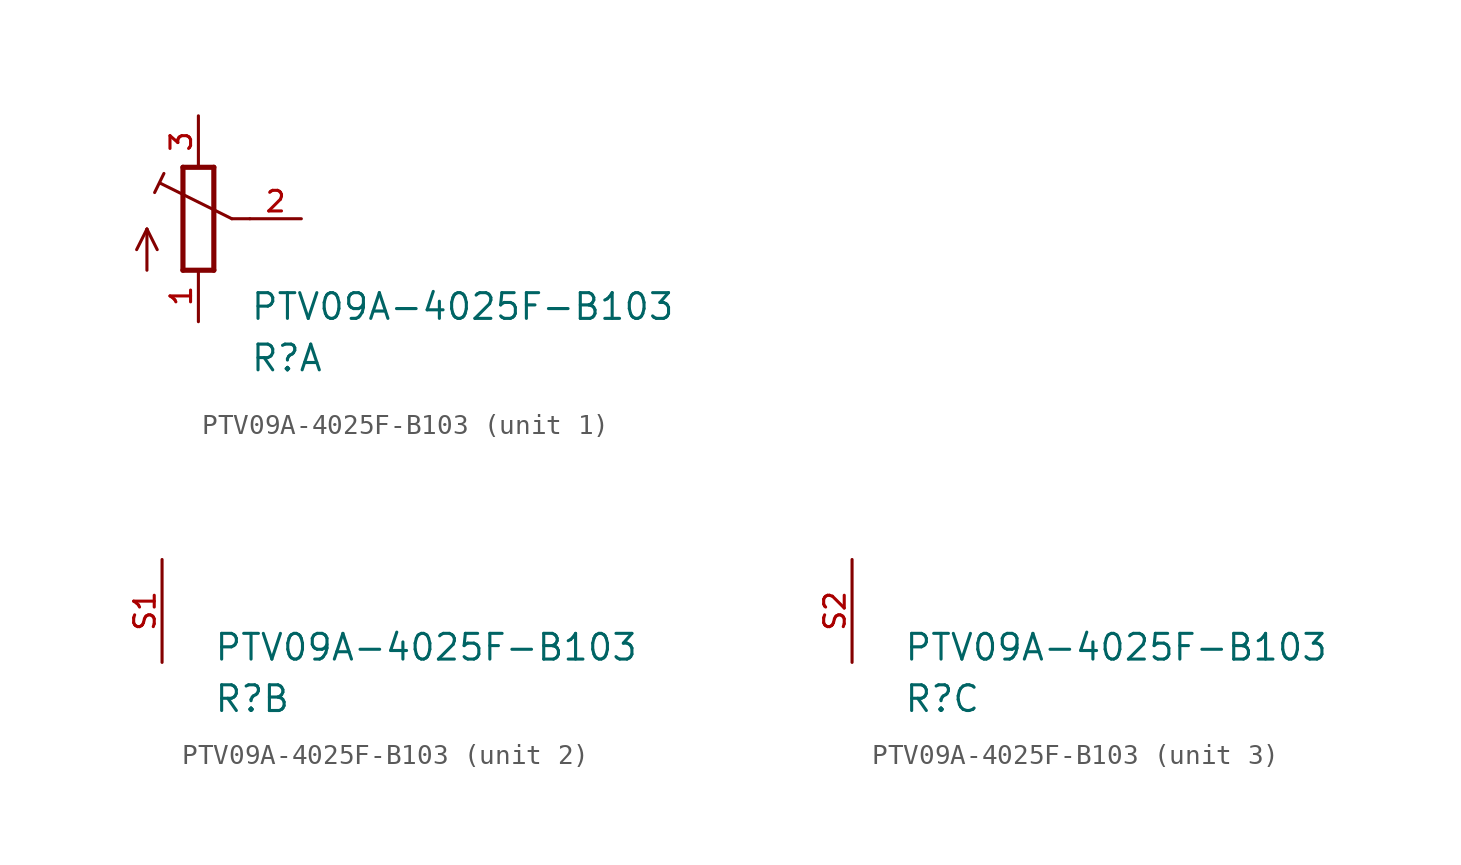
<source format=kicad_sym>
(kicad_symbol_lib
  (version 20211014)
  (generator kicad_symbol_editor)
  (symbol "PTV09A-4025F-B103"
    (pin_names
      (offset 1.016))
    (property "Reference" "R"
      (at 2.54 -7.62 0)
      (effects (font (size 1.27 1.27)) (justify bottom left)))
    (property "Value" "PTV09A-4025F-B103"
      (at 2.54 -5.08 0)
      (effects (font (size 1.27 1.27)) (justify bottom left)))
    (symbol "PTV09A-4025F-B103_1_0"
      (polyline (pts (xy -0.762 2.54) (xy -0.762 -2.54)) (stroke (width 0.254)))
      (polyline (pts (xy 0.762 -2.54) (xy 0.762 2.54)) (stroke (width 0.254)))
      (polyline (pts (xy 2.54 0.0) (xy 1.651 0.0)) (stroke (width 0.152)))
      (polyline (pts (xy 1.651 0.0) (xy -1.88 1.753)) (stroke (width 0.152)))
      (polyline (pts (xy 0.762 2.54) (xy -0.762 2.54)) (stroke (width 0.254)))
      (polyline (pts (xy -0.762 -2.54) (xy 0.762 -2.54)) (stroke (width 0.254)))
      (polyline (pts (xy -2.54 -2.54) (xy -2.54 -0.508)) (stroke (width 0.152)))
      (polyline (pts (xy -2.54 -0.508) (xy -3.048 -1.524)) (stroke (width 0.152)))
      (polyline (pts (xy -2.54 -0.508) (xy -2.032 -1.524)) (stroke (width 0.152)))
      (polyline (pts (xy -2.16 1.294) (xy -1.702 2.235)) (stroke (width 0.152)))
      (pin passive line (at 0.0 -5.08 90.0) (length 2.54) (name "~" (effects (font (size 1.016 1.016)))) (number "1" (effects (font (size 1.016 1.016)))))
      (pin passive line (at 0.0 5.08 270.0) (length 2.54) (name "~" (effects (font (size 1.016 1.016)))) (number "3" (effects (font (size 1.016 1.016)))))
      (pin passive line (at 5.08 0.0 180.0) (length 2.54) (name "~" (effects (font (size 1.016 1.016)))) (number "2" (effects (font (size 1.016 1.016))))))
    (symbol "PTV09A-4025F-B103_2_0"
      (pin passive line (at 0.0 0.0 270.0) (length 5.08) (name "~" (effects (font (size 1.016 1.016)))) (number "S1" (effects (font (size 1.016 1.016))))))
    (symbol "PTV09A-4025F-B103_3_0"
      (pin passive line (at 0.0 0.0 270.0) (length 5.08) (name "~" (effects (font (size 1.016 1.016)))) (number "S2" (effects (font (size 1.016 1.016))))))))
</source>
